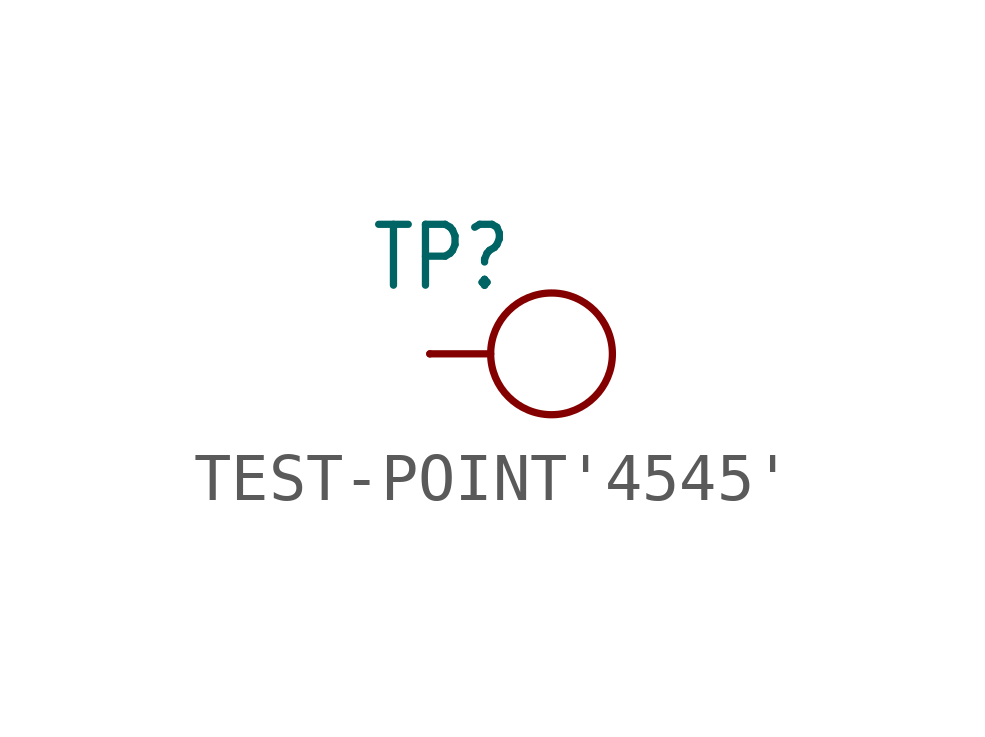
<source format=kicad_sym>
(kicad_symbol_lib
  (version 20211014)
  (generator kicad_symbol_editor)
  (symbol "TEST-POINT'4545'"
    (property "Reference" "TP"
      (at -3.81 1.27 0)
      (effects (font (size 1.27 1.079)) (justify left bottom)))
    (property "ki_locked" ""
      (at 0 0 0)
      (effects (font (size 1.27 1.27))))
    (symbol "TEST-POINT'4545'_1_0"
      (polyline (pts (xy -2.54 0) (xy -1.27 0)) (stroke (width 0.152) (type default) (color 0 0 0 0)) (fill (type none)))
      (circle (center 0 0) (radius 1.27) (stroke (width 0.152) (type default) (color 0 0 0 0)) (fill (type none)))
      (pin bidirectional line (at -2.54 0 0) (length 0) (name "T" (effects (font (size 0 0)))) (number "T" (effects (font (size 0 0))))))))
</source>
